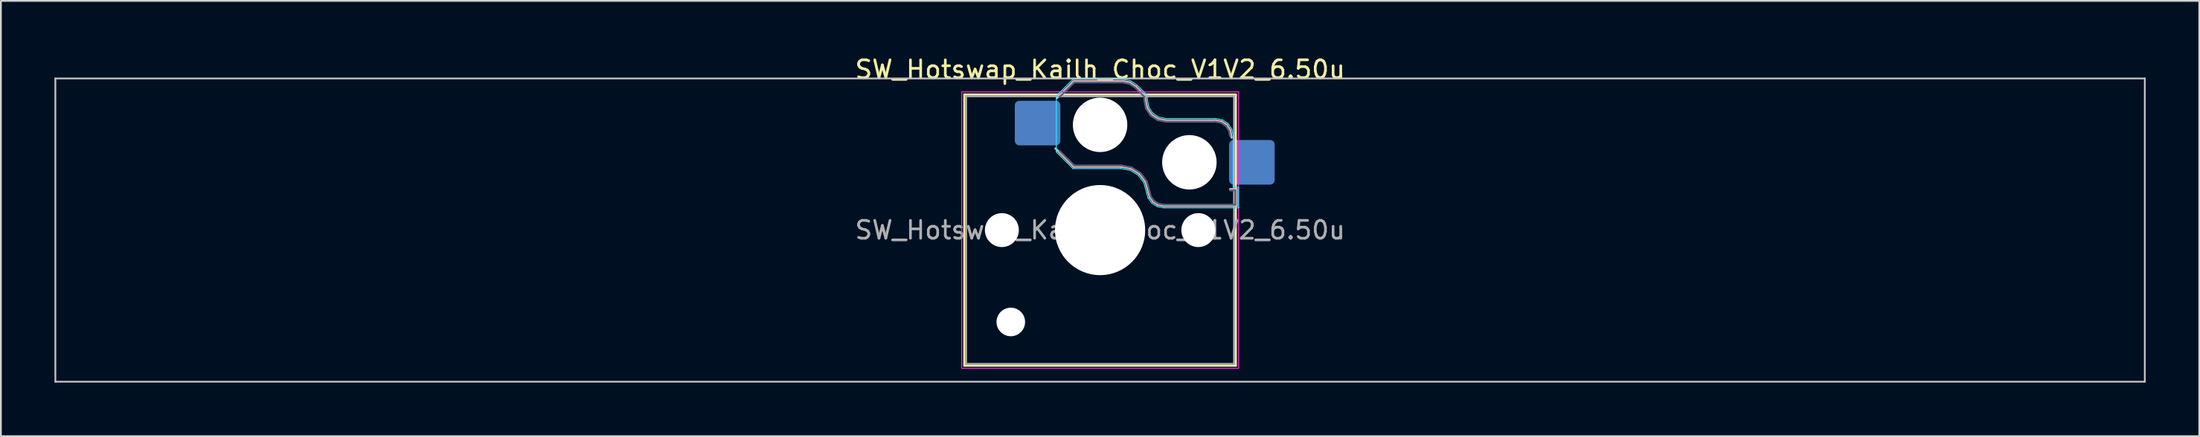
<source format=kicad_pcb>
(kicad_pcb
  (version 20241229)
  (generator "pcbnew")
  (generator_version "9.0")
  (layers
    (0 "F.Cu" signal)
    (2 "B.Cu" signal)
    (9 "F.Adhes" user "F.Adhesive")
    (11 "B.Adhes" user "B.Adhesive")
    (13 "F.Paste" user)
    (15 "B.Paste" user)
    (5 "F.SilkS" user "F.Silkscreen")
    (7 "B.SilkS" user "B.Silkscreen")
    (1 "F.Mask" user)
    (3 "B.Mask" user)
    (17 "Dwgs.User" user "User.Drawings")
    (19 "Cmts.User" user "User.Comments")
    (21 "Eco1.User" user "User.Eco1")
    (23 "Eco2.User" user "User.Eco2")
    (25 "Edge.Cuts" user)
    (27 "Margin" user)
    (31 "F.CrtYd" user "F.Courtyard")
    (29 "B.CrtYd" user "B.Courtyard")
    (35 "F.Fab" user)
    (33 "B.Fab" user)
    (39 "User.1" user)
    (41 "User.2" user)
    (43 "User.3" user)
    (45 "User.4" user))
  (footprint "SW_Hotswap_Kailh_Choc_V1V2_6.50u"
    (layer "F.Cu")
    (at 58.55 9.848)
    (property "Reference" "SW_Hotswap_Kailh_Choc_V1V2_6.50u" (at 0 -9 0) (layer "F.SilkS") (effects (font (size 1 1) (thickness 0.15))))
    (attr smd)
    (fp_line (start -7.6 -7.6) (end -7.6 7.6) (stroke (width 0.12) (type solid)) (layer "F.SilkS"))
    (fp_line (start -7.6 7.6) (end 7.6 7.6) (stroke (width 0.12) (type solid)) (layer "F.SilkS"))
    (fp_line (start 7.6 -7.6) (end -7.6 -7.6) (stroke (width 0.12) (type solid)) (layer "F.SilkS"))
    (fp_line (start 7.6 7.6) (end 7.6 -7.6) (stroke (width 0.12) (type solid)) (layer "F.SilkS"))
    (fp_line (start -2.416 -7.409) (end -1.479 -8.346) (stroke (width 0.12) (type solid)) (layer "B.SilkS"))
    (fp_line (start -1.479 -8.346) (end 1.268 -8.346) (stroke (width 0.12) (type solid)) (layer "B.SilkS"))
    (fp_line (start -1.479 -3.554) (end -2.5 -4.575) (stroke (width 0.12) (type solid)) (layer "B.SilkS"))
    (fp_line (start 1.168 -3.554) (end -1.479 -3.554) (stroke (width 0.12) (type solid)) (layer "B.SilkS"))
    (fp_line (start 1.268 -8.346) (end 1.671 -8.266) (stroke (width 0.12) (type solid)) (layer "B.SilkS"))
    (fp_line (start 1.671 -8.266) (end 2.013 -8.037) (stroke (width 0.12) (type solid)) (layer "B.SilkS"))
    (fp_line (start 1.73 -3.449) (end 1.168 -3.554) (stroke (width 0.12) (type solid)) (layer "B.SilkS"))
    (fp_line (start 2.013 -8.037) (end 2.546 -7.504) (stroke (width 0.12) (type solid)) (layer "B.SilkS"))
    (fp_line (start 2.209 -3.15) (end 1.73 -3.449) (stroke (width 0.12) (type solid)) (layer "B.SilkS"))
    (fp_line (start 2.546 -7.504) (end 2.546 -7.282) (stroke (width 0.12) (type solid)) (layer "B.SilkS"))
    (fp_line (start 2.546 -7.282) (end 2.633 -6.844) (stroke (width 0.12) (type solid)) (layer "B.SilkS"))
    (fp_line (start 2.547 -2.697) (end 2.209 -3.15) (stroke (width 0.12) (type solid)) (layer "B.SilkS"))
    (fp_line (start 2.633 -6.844) (end 2.877 -6.477) (stroke (width 0.12) (type solid)) (layer "B.SilkS"))
    (fp_line (start 2.701 -2.139) (end 2.547 -2.697) (stroke (width 0.12) (type solid)) (layer "B.SilkS"))
    (fp_line (start 2.783 -1.841) (end 2.701 -2.139) (stroke (width 0.12) (type solid)) (layer "B.SilkS"))
    (fp_line (start 2.877 -6.477) (end 3.244 -6.233) (stroke (width 0.12) (type solid)) (layer "B.SilkS"))
    (fp_line (start 2.976 -1.583) (end 2.783 -1.841) (stroke (width 0.12) (type solid)) (layer "B.SilkS"))
    (fp_line (start 3.244 -6.233) (end 3.682 -6.146) (stroke (width 0.12) (type solid)) (layer "B.SilkS"))
    (fp_line (start 3.25 -1.413) (end 2.976 -1.583) (stroke (width 0.12) (type solid)) (layer "B.SilkS"))
    (fp_line (start 3.56 -1.354) (end 3.25 -1.413) (stroke (width 0.12) (type solid)) (layer "B.SilkS"))
    (fp_line (start 3.682 -6.146) (end 6.482 -6.146) (stroke (width 0.12) (type solid)) (layer "B.SilkS"))
    (fp_line (start 6.482 -6.146) (end 6.809 -6.081) (stroke (width 0.12) (type solid)) (layer "B.SilkS"))
    (fp_line (start 6.809 -6.081) (end 7.092 -5.892) (stroke (width 0.12) (type solid)) (layer "B.SilkS"))
    (fp_line (start 7.092 -5.892) (end 7.281 -5.609) (stroke (width 0.12) (type solid)) (layer "B.SilkS"))
    (fp_line (start 7.281 -5.609) (end 7.366 -5.182) (stroke (width 0.12) (type solid)) (layer "B.SilkS"))
    (fp_line (start 7.283 -2.296) (end 7.646 -2.296) (stroke (width 0.12) (type solid)) (layer "B.SilkS"))
    (fp_line (start 7.646 -2.296) (end 7.646 -1.354) (stroke (width 0.12) (type solid)) (layer "B.SilkS"))
    (fp_line (start 7.646 -1.354) (end 3.56 -1.354) (stroke (width 0.12) (type solid)) (layer "B.SilkS"))
    (fp_line (start -58.5 -8.5) (end -58.5 8.5) (stroke (width 0.1) (type solid)) (layer "Dwgs.User"))
    (fp_line (start -58.5 8.5) (end 58.5 8.5) (stroke (width 0.1) (type solid)) (layer "Dwgs.User"))
    (fp_line (start 58.5 -8.5) (end -58.5 -8.5) (stroke (width 0.1) (type solid)) (layer "Dwgs.User"))
    (fp_line (start 58.5 8.5) (end 58.5 -8.5) (stroke (width 0.1) (type solid)) (layer "Dwgs.User"))
    (fp_line (start -7.25 -7.25) (end -7.25 7.25) (stroke (width 0.1) (type solid)) (layer "Eco1.User"))
    (fp_line (start -7.25 7.25) (end 7.25 7.25) (stroke (width 0.1) (type solid)) (layer "Eco1.User"))
    (fp_line (start 7.25 -7.25) (end -7.25 -7.25) (stroke (width 0.1) (type solid)) (layer "Eco1.User"))
    (fp_line (start 7.25 7.25) (end 7.25 -7.25) (stroke (width 0.1) (type solid)) (layer "Eco1.User"))
    (fp_line (start -2.452 -7.523) (end -1.523 -8.452) (stroke (width 0.05) (type solid)) (layer "B.CrtYd"))
    (fp_line (start -2.452 -4.377) (end -2.452 -7.523) (stroke (width 0.05) (type solid)) (layer "B.CrtYd"))
    (fp_line (start -1.523 -8.452) (end 1.278 -8.452) (stroke (width 0.05) (type solid)) (layer "B.CrtYd"))
    (fp_line (start -1.523 -3.448) (end -2.452 -4.377) (stroke (width 0.05) (type solid)) (layer "B.CrtYd"))
    (fp_line (start 1.159 -3.448) (end -1.523 -3.448) (stroke (width 0.05) (type solid)) (layer "B.CrtYd"))
    (fp_line (start 1.278 -8.452) (end 1.712 -8.366) (stroke (width 0.05) (type solid)) (layer "B.CrtYd"))
    (fp_line (start 1.691 -3.348) (end 1.159 -3.448) (stroke (width 0.05) (type solid)) (layer "B.CrtYd"))
    (fp_line (start 1.712 -8.366) (end 2.081 -8.119) (stroke (width 0.05) (type solid)) (layer "B.CrtYd"))
    (fp_line (start 2.081 -8.119) (end 2.652 -7.548) (stroke (width 0.05) (type solid)) (layer "B.CrtYd"))
    (fp_line (start 2.136 -3.071) (end 1.691 -3.348) (stroke (width 0.05) (type solid)) (layer "B.CrtYd"))
    (fp_line (start 2.45 -2.65) (end 2.136 -3.071) (stroke (width 0.05) (type solid)) (layer "B.CrtYd"))
    (fp_line (start 2.599 -2.111) (end 2.45 -2.65) (stroke (width 0.05) (type solid)) (layer "B.CrtYd"))
    (fp_line (start 2.652 -7.548) (end 2.652 -7.292) (stroke (width 0.05) (type solid)) (layer "B.CrtYd"))
    (fp_line (start 2.652 -7.292) (end 2.733 -6.885) (stroke (width 0.05) (type solid)) (layer "B.CrtYd"))
    (fp_line (start 2.687 -1.794) (end 2.599 -2.111) (stroke (width 0.05) (type solid)) (layer "B.CrtYd"))
    (fp_line (start 2.733 -6.885) (end 2.953 -6.553) (stroke (width 0.05) (type solid)) (layer "B.CrtYd"))
    (fp_line (start 2.903 -1.503) (end 2.687 -1.794) (stroke (width 0.05) (type solid)) (layer "B.CrtYd"))
    (fp_line (start 2.953 -6.553) (end 3.285 -6.333) (stroke (width 0.05) (type solid)) (layer "B.CrtYd"))
    (fp_line (start 3.211 -1.312) (end 2.903 -1.503) (stroke (width 0.05) (type solid)) (layer "B.CrtYd"))
    (fp_line (start 3.285 -6.333) (end 3.692 -6.252) (stroke (width 0.05) (type solid)) (layer "B.CrtYd"))
    (fp_line (start 3.55 -1.248) (end 3.211 -1.312) (stroke (width 0.05) (type solid)) (layer "B.CrtYd"))
    (fp_line (start 3.692 -6.252) (end 6.492 -6.252) (stroke (width 0.05) (type solid)) (layer "B.CrtYd"))
    (fp_line (start 6.492 -6.252) (end 6.85 -6.181) (stroke (width 0.05) (type solid)) (layer "B.CrtYd"))
    (fp_line (start 6.85 -6.181) (end 7.168 -5.968) (stroke (width 0.05) (type solid)) (layer "B.CrtYd"))
    (fp_line (start 7.168 -5.968) (end 7.381 -5.65) (stroke (width 0.05) (type solid)) (layer "B.CrtYd"))
    (fp_line (start 7.381 -5.65) (end 7.452 -5.292) (stroke (width 0.05) (type solid)) (layer "B.CrtYd"))
    (fp_line (start 7.452 -5.292) (end 7.452 -2.402) (stroke (width 0.05) (type solid)) (layer "B.CrtYd"))
    (fp_line (start 7.452 -2.402) (end 7.752 -2.402) (stroke (width 0.05) (type solid)) (layer "B.CrtYd"))
    (fp_line (start 7.752 -2.402) (end 7.752 -1.248) (stroke (width 0.05) (type solid)) (layer "B.CrtYd"))
    (fp_line (start 7.752 -1.248) (end 3.55 -1.248) (stroke (width 0.05) (type solid)) (layer "B.CrtYd"))
    (fp_line (start -7.75 -7.75) (end -7.75 7.75) (stroke (width 0.05) (type solid)) (layer "F.CrtYd"))
    (fp_line (start -7.75 7.75) (end 7.75 7.75) (stroke (width 0.05) (type solid)) (layer "F.CrtYd"))
    (fp_line (start 7.75 -7.75) (end -7.75 -7.75) (stroke (width 0.05) (type solid)) (layer "F.CrtYd"))
    (fp_line (start 7.75 7.75) (end 7.75 -7.75) (stroke (width 0.05) (type solid)) (layer "F.CrtYd"))
    (fp_line (start -2.275 -7.45) (end -1.45 -8.275) (stroke (width 0.1) (type solid)) (layer "B.Fab"))
    (fp_line (start -1.45 -8.275) (end 1.261 -8.275) (stroke (width 0.1) (type solid)) (layer "B.Fab"))
    (fp_line (start -1.45 -3.625) (end -2.275 -4.45) (stroke (width 0.1) (type solid)) (layer "B.Fab"))
    (fp_line (start 1.175 -3.625) (end -1.45 -3.625) (stroke (width 0.1) (type solid)) (layer "B.Fab"))
    (fp_line (start 1.261 -8.275) (end 1.643 -8.199) (stroke (width 0.1) (type solid)) (layer "B.Fab"))
    (fp_line (start 1.643 -8.199) (end 1.968 -7.982) (stroke (width 0.1) (type solid)) (layer "B.Fab"))
    (fp_line (start 1.756 -3.516) (end 1.175 -3.625) (stroke (width 0.1) (type solid)) (layer "B.Fab"))
    (fp_line (start 1.968 -7.982) (end 2.475 -7.475) (stroke (width 0.1) (type solid)) (layer "B.Fab"))
    (fp_line (start 2.258 -3.203) (end 1.756 -3.516) (stroke (width 0.1) (type solid)) (layer "B.Fab"))
    (fp_line (start 2.475 -7.475) (end 2.475 -7.275) (stroke (width 0.1) (type solid)) (layer "B.Fab"))
    (fp_line (start 2.475 -7.275) (end 2.566 -6.816) (stroke (width 0.1) (type solid)) (layer "B.Fab"))
    (fp_line (start 2.566 -6.816) (end 2.826 -6.426) (stroke (width 0.1) (type solid)) (layer "B.Fab"))
    (fp_line (start 2.612 -2.729) (end 2.258 -3.203) (stroke (width 0.1) (type solid)) (layer "B.Fab"))
    (fp_line (start 2.769 -2.158) (end 2.612 -2.729) (stroke (width 0.1) (type solid)) (layer "B.Fab"))
    (fp_line (start 2.826 -6.426) (end 3.216 -6.166) (stroke (width 0.1) (type solid)) (layer "B.Fab"))
    (fp_line (start 2.848 -1.873) (end 2.769 -2.158) (stroke (width 0.1) (type solid)) (layer "B.Fab"))
    (fp_line (start 3.025 -1.636) (end 2.848 -1.873) (stroke (width 0.1) (type solid)) (layer "B.Fab"))
    (fp_line (start 3.216 -6.166) (end 3.675 -6.075) (stroke (width 0.1) (type solid)) (layer "B.Fab"))
    (fp_line (start 3.276 -1.48) (end 3.025 -1.636) (stroke (width 0.1) (type solid)) (layer "B.Fab"))
    (fp_line (start 3.567 -1.425) (end 3.276 -1.48) (stroke (width 0.1) (type solid)) (layer "B.Fab"))
    (fp_line (start 3.675 -6.075) (end 6.475 -6.075) (stroke (width 0.1) (type solid)) (layer "B.Fab"))
    (fp_line (start 6.475 -6.075) (end 6.781 -6.014) (stroke (width 0.1) (type solid)) (layer "B.Fab"))
    (fp_line (start 6.781 -6.014) (end 7.041 -5.841) (stroke (width 0.1) (type solid)) (layer "B.Fab"))
    (fp_line (start 7.041 -5.841) (end 7.214 -5.581) (stroke (width 0.1) (type solid)) (layer "B.Fab"))
    (fp_line (start 7.214 -5.581) (end 7.275 -5.275) (stroke (width 0.1) (type solid)) (layer "B.Fab"))
    (fp_line (start 7.275 -2.225) (end 7.575 -2.225) (stroke (width 0.1) (type solid)) (layer "B.Fab"))
    (fp_line (start 7.575 -2.225) (end 7.575 -1.425) (stroke (width 0.1) (type solid)) (layer "B.Fab"))
    (fp_line (start 7.575 -1.425) (end 3.567 -1.425) (stroke (width 0.1) (type solid)) (layer "B.Fab"))
    (fp_line (start -7.5 -7.5) (end -7.5 7.5) (stroke (width 0.1) (type solid)) (layer "F.Fab"))
    (fp_line (start -7.5 7.5) (end 7.5 7.5) (stroke (width 0.1) (type solid)) (layer "F.Fab"))
    (fp_line (start 7.5 -7.5) (end -7.5 -7.5) (stroke (width 0.1) (type solid)) (layer "F.Fab"))
    (fp_line (start 7.5 7.5) (end 7.5 -7.5) (stroke (width 0.1) (type solid)) (layer "F.Fab"))
    (fp_text user "${REFERENCE}" (at 0 0 0) (layer "F.Fab") (effects (font (size 1 1) (thickness 0.15))))
    (pad "" np_thru_hole circle (at -5.5 0) (size 1.9 1.9) (drill 1.9) (layers "*.Cu" "*.Mask"))
    (pad "" np_thru_hole circle (at -5 5.15) (size 1.6 1.6) (drill 1.6) (layers "*.Cu" "*.Mask"))
    (pad "" np_thru_hole circle (at 0 -5.9) (size 3.05 3.05) (drill 3.05) (layers "*.Cu" "*.Mask"))
    (pad "" np_thru_hole circle (at 0 0) (size 5.05 5.05) (drill 5.05) (layers "*.Cu" "*.Mask"))
    (pad "" np_thru_hole circle (at 5 -3.8) (size 3.05 3.05) (drill 3.05) (layers "*.Cu" "*.Mask"))
    (pad "" np_thru_hole circle (at 5.5 0) (size 1.9 1.9) (drill 1.9) (layers "*.Cu" "*.Mask"))
    (pad "1" smd roundrect (at -3.5 -6) (size 2.55 2.5) (layers "B.Cu" "B.Mask" "B.Paste") (roundrect_rratio 0.1))
    (pad "2" smd roundrect (at 8.5 -3.8) (size 2.55 2.5) (layers "B.Cu" "B.Mask" "B.Paste") (roundrect_rratio 0.1)))
  (gr_rect
    (start -3 -3)
    (end 120.1 21.398)
    (stroke (width 0.1) (type default))
    (fill no)
    (layer "Edge.Cuts")))
</source>
